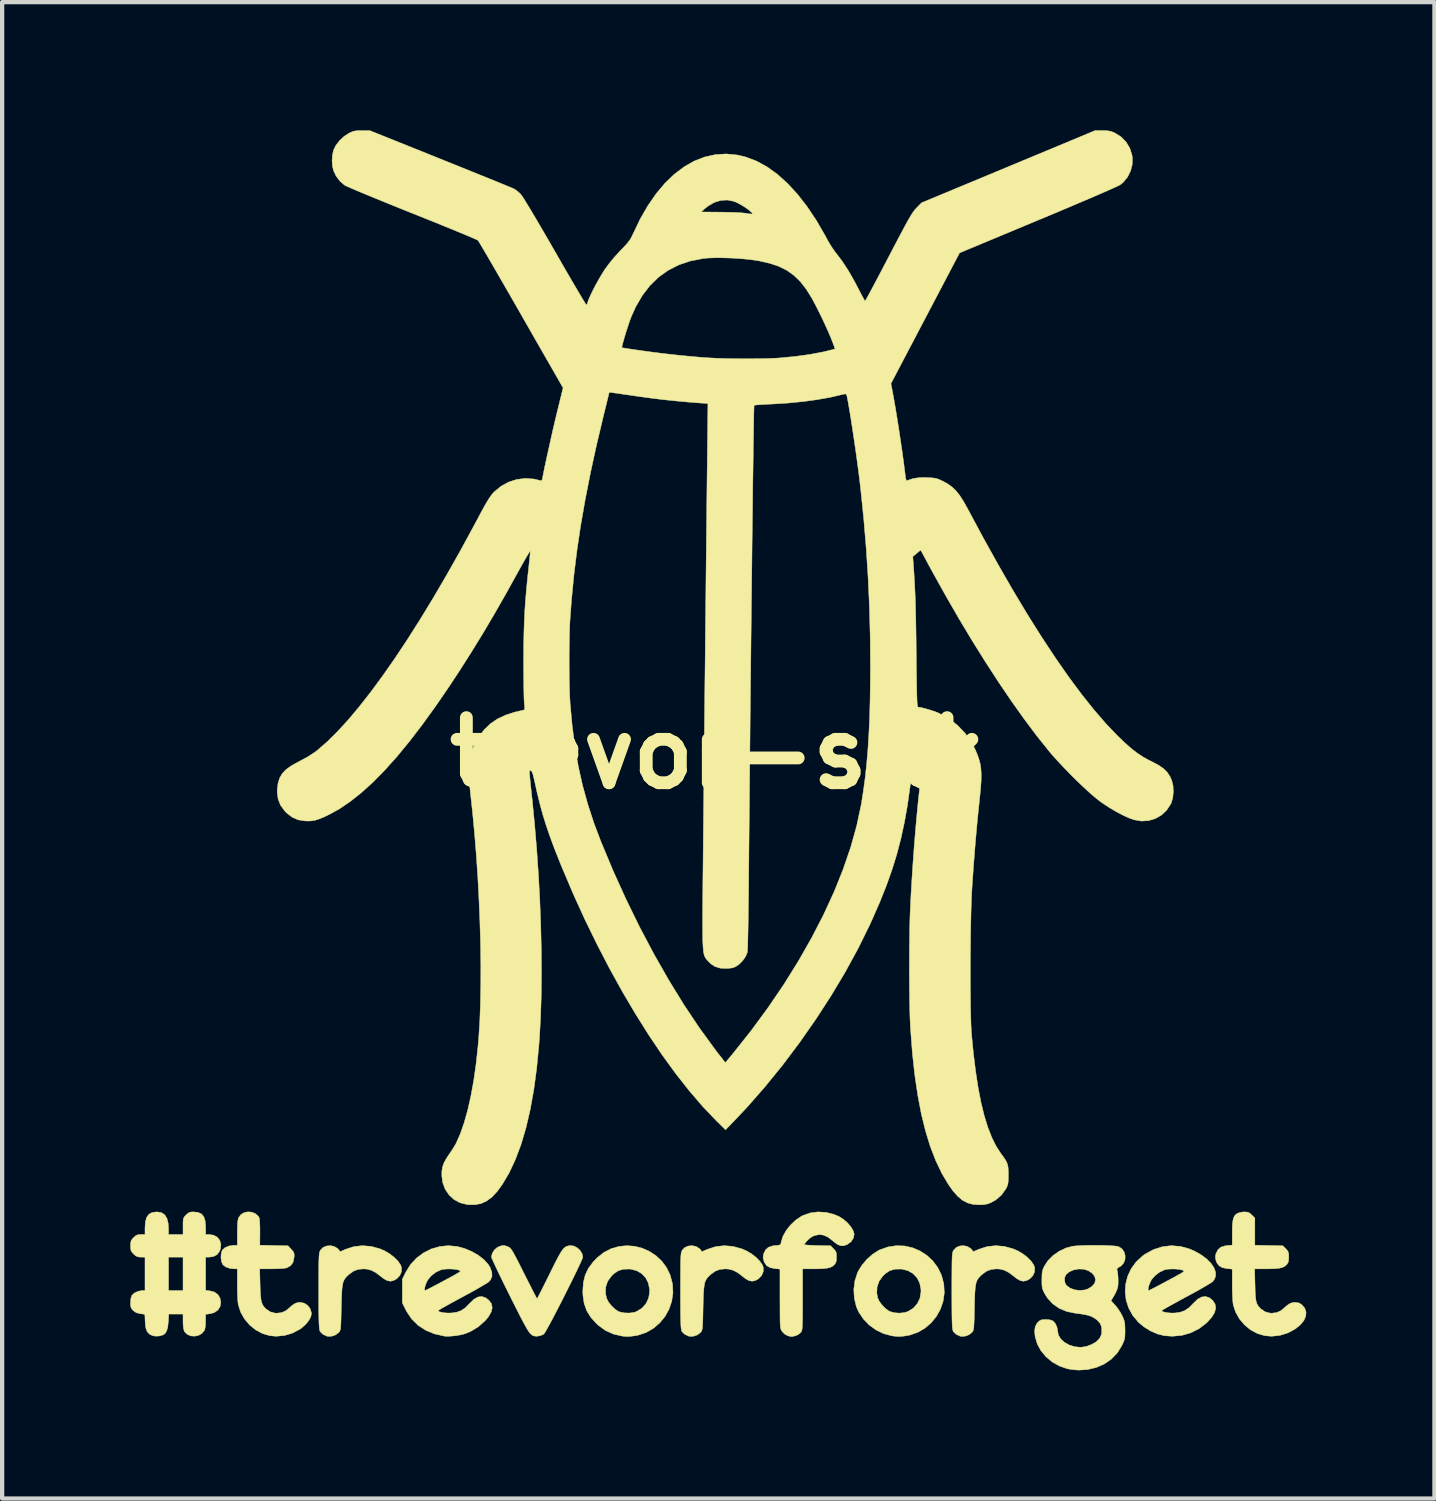
<source format=kicad_pcb>
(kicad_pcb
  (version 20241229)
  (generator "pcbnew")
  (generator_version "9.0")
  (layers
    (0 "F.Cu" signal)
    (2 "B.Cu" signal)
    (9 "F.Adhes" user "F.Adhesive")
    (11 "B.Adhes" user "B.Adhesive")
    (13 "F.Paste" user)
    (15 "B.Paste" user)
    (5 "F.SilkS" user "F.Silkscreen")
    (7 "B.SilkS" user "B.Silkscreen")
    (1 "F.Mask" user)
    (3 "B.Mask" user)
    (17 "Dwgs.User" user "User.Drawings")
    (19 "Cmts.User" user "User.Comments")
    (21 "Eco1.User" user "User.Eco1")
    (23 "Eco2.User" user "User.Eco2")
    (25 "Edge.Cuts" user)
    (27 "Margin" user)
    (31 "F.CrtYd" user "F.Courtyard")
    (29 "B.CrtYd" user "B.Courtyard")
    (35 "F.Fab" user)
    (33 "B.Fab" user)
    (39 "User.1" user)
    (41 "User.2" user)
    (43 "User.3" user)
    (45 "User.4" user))
  (footprint "trevor-silk"
    (layer "F.Cu")
    (at 13.742 14.578)
    (property "Reference" "trevor-silk" (at 0 0 0) (layer "F.SilkS") (effects (font (size 1.524 1.524) (thickness 0.3))))
    (attr through_hole)
    (fp_poly (pts (xy -1.941 11.536) (xy -1.764 11.581) (xy -1.596 11.655) (xy -1.442 11.756) (xy -1.306 11.883) (xy -1.194 12.034) (xy -1.11 12.208) (xy -1.058 12.403) (xy -1.054 12.425) (xy -1.044 12.626) (xy -1.072 12.822) (xy -1.135 13.008) (xy -1.229 13.178) (xy -1.352 13.328) (xy -1.498 13.454) (xy -1.666 13.552) (xy -1.852 13.615) (xy -1.937 13.631) (xy -2.028 13.643) (xy -2.095 13.648) (xy -2.155 13.646) (xy -2.224 13.639) (xy -2.233 13.638) (xy -2.437 13.591) (xy -2.623 13.507) (xy -2.793 13.384) (xy -2.83 13.35) (xy -2.965 13.201) (xy -3.062 13.044) (xy -3.123 12.872) (xy -3.151 12.678) (xy -3.152 12.63) (xy -2.623 12.63) (xy -2.599 12.748) (xy -2.56 12.83) (xy -2.495 12.916) (xy -2.417 12.994) (xy -2.336 13.052) (xy -2.297 13.071) (xy -2.184 13.095) (xy -2.06 13.099) (xy -1.945 13.081) (xy -1.893 13.062) (xy -1.768 12.984) (xy -1.675 12.879) (xy -1.614 12.751) (xy -1.59 12.605) (xy -1.591 12.544) (xy -1.62 12.398) (xy -1.682 12.274) (xy -1.776 12.175) (xy -1.896 12.106) (xy -2.038 12.071) (xy -2.067 12.069) (xy -2.206 12.073) (xy -2.323 12.108) (xy -2.428 12.179) (xy -2.483 12.233) (xy -2.571 12.354) (xy -2.617 12.486) (xy -2.623 12.63) (xy -3.152 12.63) (xy -3.154 12.584) (xy -3.14 12.385) (xy -3.098 12.211) (xy -3.023 12.053) (xy -2.912 11.903) (xy -2.816 11.803) (xy -2.658 11.679) (xy -2.487 11.591) (xy -2.307 11.54) (xy -2.124 11.522) (xy -1.941 11.536)) (stroke (width 0.01) (type solid)) (fill yes) (layer "F.SilkS"))
    (fp_poly (pts (xy 4.376 11.529) (xy 4.563 11.571) (xy 4.739 11.646) (xy 4.899 11.75) (xy 5.039 11.881) (xy 5.155 12.037) (xy 5.241 12.216) (xy 5.293 12.415) (xy 5.295 12.428) (xy 5.306 12.628) (xy 5.278 12.823) (xy 5.215 13.008) (xy 5.121 13.178) (xy 4.998 13.328) (xy 4.852 13.454) (xy 4.684 13.551) (xy 4.498 13.615) (xy 4.413 13.631) (xy 4.321 13.643) (xy 4.254 13.648) (xy 4.193 13.646) (xy 4.122 13.638) (xy 4.075 13.631) (xy 3.887 13.581) (xy 3.71 13.496) (xy 3.549 13.38) (xy 3.412 13.238) (xy 3.304 13.077) (xy 3.248 12.952) (xy 3.2 12.754) (xy 3.193 12.634) (xy 3.726 12.634) (xy 3.747 12.745) (xy 3.783 12.822) (xy 3.845 12.906) (xy 3.921 12.985) (xy 4 13.045) (xy 4.031 13.062) (xy 4.136 13.092) (xy 4.259 13.101) (xy 4.379 13.087) (xy 4.457 13.062) (xy 4.582 12.984) (xy 4.675 12.879) (xy 4.736 12.751) (xy 4.76 12.605) (xy 4.759 12.544) (xy 4.73 12.398) (xy 4.668 12.274) (xy 4.574 12.175) (xy 4.454 12.106) (xy 4.312 12.071) (xy 4.283 12.069) (xy 4.144 12.073) (xy 4.027 12.108) (xy 3.922 12.179) (xy 3.867 12.233) (xy 3.78 12.354) (xy 3.733 12.489) (xy 3.726 12.634) (xy 3.193 12.634) (xy 3.188 12.549) (xy 3.213 12.347) (xy 3.274 12.157) (xy 3.293 12.116) (xy 3.381 11.975) (xy 3.497 11.839) (xy 3.63 11.721) (xy 3.769 11.632) (xy 3.792 11.621) (xy 3.986 11.552) (xy 4.183 11.522) (xy 4.376 11.529)) (stroke (width 0.01) (type solid)) (fill yes) (layer "F.SilkS"))
    (fp_poly (pts (xy -8.969 11.541) (xy -8.893 11.588) (xy -8.872 11.61) (xy -8.831 11.663) (xy -8.71 11.609) (xy -8.515 11.545) (xy -8.312 11.522) (xy -8.106 11.539) (xy -7.902 11.595) (xy -7.789 11.644) (xy -7.671 11.714) (xy -7.566 11.796) (xy -7.479 11.884) (xy -7.42 11.97) (xy -7.396 12.034) (xy -7.398 12.132) (xy -7.437 12.222) (xy -7.507 12.296) (xy -7.587 12.34) (xy -7.66 12.354) (xy -7.736 12.338) (xy -7.82 12.289) (xy -7.879 12.243) (xy -7.994 12.155) (xy -8.099 12.099) (xy -8.203 12.071) (xy -8.284 12.065) (xy -8.411 12.077) (xy -8.518 12.117) (xy -8.621 12.191) (xy -8.623 12.193) (xy -8.672 12.237) (xy -8.71 12.28) (xy -8.74 12.325) (xy -8.762 12.379) (xy -8.778 12.448) (xy -8.789 12.537) (xy -8.796 12.651) (xy -8.801 12.797) (xy -8.805 12.968) (xy -8.809 13.132) (xy -8.812 13.259) (xy -8.815 13.354) (xy -8.82 13.423) (xy -8.825 13.471) (xy -8.833 13.504) (xy -8.844 13.527) (xy -8.857 13.545) (xy -8.867 13.556) (xy -8.94 13.61) (xy -9.028 13.641) (xy -9.115 13.645) (xy -9.144 13.639) (xy -9.238 13.595) (xy -9.296 13.537) (xy -9.305 13.522) (xy -9.312 13.5) (xy -9.318 13.465) (xy -9.323 13.413) (xy -9.327 13.34) (xy -9.33 13.242) (xy -9.332 13.116) (xy -9.334 12.958) (xy -9.334 12.765) (xy -9.334 12.579) (xy -9.334 12.362) (xy -9.334 12.183) (xy -9.333 12.038) (xy -9.332 11.923) (xy -9.329 11.834) (xy -9.326 11.767) (xy -9.321 11.718) (xy -9.316 11.683) (xy -9.308 11.658) (xy -9.299 11.638) (xy -9.293 11.627) (xy -9.233 11.565) (xy -9.151 11.53) (xy -9.059 11.522) (xy -8.969 11.541)) (stroke (width 0.01) (type solid)) (fill yes) (layer "F.SilkS"))
    (fp_poly (pts (xy -0.503 11.541) (xy -0.427 11.588) (xy -0.406 11.61) (xy -0.365 11.663) (xy -0.243 11.609) (xy -0.048 11.545) (xy 0.154 11.522) (xy 0.36 11.539) (xy 0.564 11.595) (xy 0.678 11.644) (xy 0.796 11.714) (xy 0.901 11.796) (xy 0.987 11.884) (xy 1.047 11.97) (xy 1.071 12.034) (xy 1.069 12.132) (xy 1.03 12.222) (xy 0.959 12.296) (xy 0.88 12.34) (xy 0.806 12.354) (xy 0.731 12.338) (xy 0.646 12.289) (xy 0.588 12.243) (xy 0.473 12.155) (xy 0.368 12.099) (xy 0.264 12.071) (xy 0.183 12.065) (xy 0.056 12.077) (xy -0.051 12.117) (xy -0.155 12.191) (xy -0.156 12.193) (xy -0.205 12.237) (xy -0.244 12.28) (xy -0.273 12.325) (xy -0.296 12.379) (xy -0.311 12.448) (xy -0.322 12.537) (xy -0.33 12.651) (xy -0.335 12.797) (xy -0.339 12.968) (xy -0.342 13.132) (xy -0.345 13.259) (xy -0.349 13.354) (xy -0.353 13.423) (xy -0.359 13.471) (xy -0.367 13.504) (xy -0.377 13.527) (xy -0.391 13.545) (xy -0.401 13.556) (xy -0.473 13.61) (xy -0.562 13.641) (xy -0.648 13.645) (xy -0.677 13.639) (xy -0.771 13.595) (xy -0.829 13.537) (xy -0.838 13.522) (xy -0.845 13.5) (xy -0.852 13.465) (xy -0.857 13.413) (xy -0.861 13.34) (xy -0.864 13.242) (xy -0.866 13.116) (xy -0.867 12.958) (xy -0.868 12.765) (xy -0.868 12.579) (xy -0.868 12.362) (xy -0.867 12.183) (xy -0.866 12.038) (xy -0.865 11.923) (xy -0.863 11.834) (xy -0.859 11.767) (xy -0.855 11.718) (xy -0.849 11.683) (xy -0.842 11.658) (xy -0.833 11.638) (xy -0.826 11.627) (xy -0.766 11.565) (xy -0.684 11.53) (xy -0.592 11.522) (xy -0.503 11.541)) (stroke (width 0.01) (type solid)) (fill yes) (layer "F.SilkS"))
    (fp_poly (pts (xy 5.847 11.541) (xy 5.923 11.588) (xy 5.944 11.61) (xy 5.985 11.663) (xy 6.107 11.609) (xy 6.302 11.545) (xy 6.504 11.522) (xy 6.71 11.539) (xy 6.914 11.595) (xy 7.028 11.644) (xy 7.146 11.714) (xy 7.251 11.796) (xy 7.337 11.884) (xy 7.397 11.97) (xy 7.421 12.034) (xy 7.419 12.132) (xy 7.38 12.222) (xy 7.309 12.296) (xy 7.23 12.34) (xy 7.156 12.354) (xy 7.081 12.338) (xy 6.996 12.289) (xy 6.938 12.243) (xy 6.823 12.155) (xy 6.718 12.099) (xy 6.614 12.071) (xy 6.533 12.065) (xy 6.406 12.077) (xy 6.299 12.117) (xy 6.195 12.191) (xy 6.194 12.193) (xy 6.145 12.237) (xy 6.106 12.28) (xy 6.077 12.325) (xy 6.054 12.379) (xy 6.039 12.448) (xy 6.028 12.537) (xy 6.02 12.651) (xy 6.015 12.797) (xy 6.011 12.968) (xy 6.008 13.132) (xy 6.005 13.259) (xy 6.001 13.354) (xy 5.997 13.423) (xy 5.991 13.471) (xy 5.983 13.504) (xy 5.973 13.527) (xy 5.959 13.545) (xy 5.949 13.556) (xy 5.877 13.61) (xy 5.788 13.641) (xy 5.702 13.645) (xy 5.673 13.639) (xy 5.579 13.595) (xy 5.521 13.537) (xy 5.512 13.522) (xy 5.505 13.5) (xy 5.498 13.465) (xy 5.493 13.413) (xy 5.489 13.34) (xy 5.486 13.242) (xy 5.484 13.116) (xy 5.483 12.958) (xy 5.482 12.765) (xy 5.482 12.579) (xy 5.482 12.362) (xy 5.483 12.183) (xy 5.484 12.038) (xy 5.485 11.923) (xy 5.487 11.834) (xy 5.491 11.767) (xy 5.495 11.718) (xy 5.501 11.683) (xy 5.508 11.658) (xy 5.517 11.638) (xy 5.524 11.627) (xy 5.584 11.565) (xy 5.666 11.53) (xy 5.758 11.522) (xy 5.847 11.541)) (stroke (width 0.01) (type solid)) (fill yes) (layer "F.SilkS"))
    (fp_poly (pts (xy -4.907 11.545) (xy -4.897 11.55) (xy -4.874 11.562) (xy -4.852 11.581) (xy -4.828 11.61) (xy -4.799 11.653) (xy -4.763 11.715) (xy -4.718 11.8) (xy -4.66 11.911) (xy -4.588 12.054) (xy -4.528 12.174) (xy -4.455 12.319) (xy -4.388 12.451) (xy -4.33 12.566) (xy -4.282 12.659) (xy -4.247 12.724) (xy -4.228 12.759) (xy -4.224 12.764) (xy -4.213 12.745) (xy -4.186 12.694) (xy -4.144 12.613) (xy -4.092 12.509) (xy -4.029 12.384) (xy -3.96 12.245) (xy -3.931 12.186) (xy -3.845 12.012) (xy -3.775 11.873) (xy -3.717 11.764) (xy -3.67 11.682) (xy -3.629 11.621) (xy -3.593 11.58) (xy -3.559 11.552) (xy -3.523 11.535) (xy -3.483 11.525) (xy -3.461 11.521) (xy -3.376 11.527) (xy -3.292 11.566) (xy -3.221 11.628) (xy -3.171 11.707) (xy -3.154 11.787) (xy -3.163 11.818) (xy -3.19 11.883) (xy -3.232 11.975) (xy -3.286 12.09) (xy -3.351 12.224) (xy -3.424 12.372) (xy -3.502 12.529) (xy -3.583 12.691) (xy -3.665 12.853) (xy -3.746 13.01) (xy -3.823 13.158) (xy -3.893 13.291) (xy -3.955 13.406) (xy -4.006 13.497) (xy -4.044 13.561) (xy -4.066 13.591) (xy -4.068 13.593) (xy -4.143 13.627) (xy -4.227 13.642) (xy -4.285 13.637) (xy -4.314 13.628) (xy -4.341 13.614) (xy -4.368 13.593) (xy -4.398 13.559) (xy -4.432 13.512) (xy -4.472 13.446) (xy -4.521 13.359) (xy -4.58 13.248) (xy -4.651 13.11) (xy -4.737 12.94) (xy -4.839 12.737) (xy -4.859 12.697) (xy -4.948 12.518) (xy -5.031 12.35) (xy -5.106 12.196) (xy -5.17 12.061) (xy -5.223 11.949) (xy -5.262 11.863) (xy -5.286 11.808) (xy -5.292 11.788) (xy -5.273 11.703) (xy -5.224 11.623) (xy -5.153 11.563) (xy -5.141 11.556) (xy -5.058 11.523) (xy -4.986 11.519) (xy -4.907 11.545)) (stroke (width 0.01) (type solid)) (fill yes) (layer "F.SilkS"))
    (fp_poly (pts (xy 12.399 10.737) (xy 12.45 10.758) (xy 12.501 10.803) (xy 12.573 10.875) (xy 12.573 11.511) (xy 12.901 11.518) (xy 13.228 11.525) (xy 13.298 11.594) (xy 13.337 11.639) (xy 13.358 11.68) (xy 13.366 11.736) (xy 13.367 11.789) (xy 13.363 11.867) (xy 13.35 11.919) (xy 13.323 11.96) (xy 13.315 11.968) (xy 13.273 12.005) (xy 13.22 12.031) (xy 13.149 12.049) (xy 13.053 12.059) (xy 12.927 12.064) (xy 12.841 12.065) (xy 12.568 12.065) (xy 12.577 12.441) (xy 12.581 12.59) (xy 12.587 12.705) (xy 12.597 12.791) (xy 12.612 12.855) (xy 12.634 12.906) (xy 12.664 12.949) (xy 12.705 12.992) (xy 12.714 13) (xy 12.812 13.069) (xy 12.924 13.1) (xy 12.975 13.102) (xy 13.085 13.088) (xy 13.181 13.044) (xy 13.25 12.988) (xy 13.332 12.917) (xy 13.398 12.874) (xy 13.461 12.853) (xy 13.518 12.848) (xy 13.604 12.862) (xy 13.669 12.901) (xy 13.74 12.983) (xy 13.771 13.075) (xy 13.764 13.173) (xy 13.72 13.274) (xy 13.638 13.373) (xy 13.524 13.467) (xy 13.351 13.562) (xy 13.163 13.621) (xy 12.969 13.642) (xy 12.806 13.629) (xy 12.635 13.579) (xy 12.475 13.494) (xy 12.332 13.377) (xy 12.213 13.237) (xy 12.123 13.077) (xy 12.067 12.905) (xy 12.065 12.893) (xy 12.058 12.832) (xy 12.052 12.74) (xy 12.047 12.625) (xy 12.044 12.499) (xy 12.044 12.425) (xy 12.044 12.071) (xy 11.923 12.058) (xy 11.813 12.036) (xy 11.735 11.991) (xy 11.683 11.921) (xy 11.666 11.878) (xy 11.649 11.81) (xy 11.652 11.751) (xy 11.666 11.702) (xy 11.711 11.614) (xy 11.78 11.556) (xy 11.879 11.525) (xy 11.927 11.519) (xy 12.044 11.509) (xy 12.044 11.226) (xy 12.046 11.079) (xy 12.054 10.968) (xy 12.07 10.887) (xy 12.095 10.829) (xy 12.131 10.789) (xy 12.168 10.765) (xy 12.23 10.744) (xy 12.307 10.732) (xy 12.331 10.732) (xy 12.399 10.737)) (stroke (width 0.01) (type solid)) (fill yes) (layer "F.SilkS"))
    (fp_poly (pts (xy -10.905 10.737) (xy -10.82 10.77) (xy -10.752 10.829) (xy -10.73 10.862) (xy -10.72 10.901) (xy -10.714 10.976) (xy -10.71 11.079) (xy -10.709 11.205) (xy -10.709 11.208) (xy -10.711 11.511) (xy -10.051 11.525) (xy -9.976 11.607) (xy -9.932 11.658) (xy -9.912 11.7) (xy -9.907 11.752) (xy -9.911 11.803) (xy -9.934 11.91) (xy -9.986 11.986) (xy -10.068 12.035) (xy -10.095 12.044) (xy -10.145 12.052) (xy -10.227 12.059) (xy -10.328 12.063) (xy -10.439 12.065) (xy -10.443 12.065) (xy -10.715 12.065) (xy -10.706 12.43) (xy -10.701 12.585) (xy -10.693 12.705) (xy -10.682 12.796) (xy -10.664 12.864) (xy -10.639 12.918) (xy -10.606 12.964) (xy -10.57 13) (xy -10.471 13.069) (xy -10.359 13.1) (xy -10.308 13.102) (xy -10.198 13.088) (xy -10.102 13.044) (xy -10.033 12.988) (xy -9.952 12.917) (xy -9.885 12.874) (xy -9.823 12.853) (xy -9.767 12.848) (xy -9.672 12.868) (xy -9.591 12.921) (xy -9.533 12.999) (xy -9.505 13.094) (xy -9.504 13.12) (xy -9.521 13.193) (xy -9.569 13.278) (xy -9.641 13.365) (xy -9.729 13.444) (xy -9.769 13.474) (xy -9.944 13.567) (xy -10.133 13.624) (xy -10.328 13.642) (xy -10.477 13.629) (xy -10.649 13.579) (xy -10.809 13.493) (xy -10.952 13.377) (xy -11.071 13.236) (xy -11.161 13.076) (xy -11.216 12.904) (xy -11.218 12.893) (xy -11.225 12.833) (xy -11.232 12.74) (xy -11.236 12.625) (xy -11.239 12.499) (xy -11.239 12.422) (xy -11.239 12.065) (xy -11.308 12.065) (xy -11.416 12.053) (xy -11.509 12.019) (xy -11.574 11.97) (xy -11.577 11.966) (xy -11.607 11.902) (xy -11.621 11.815) (xy -11.618 11.725) (xy -11.599 11.648) (xy -11.586 11.623) (xy -11.525 11.568) (xy -11.436 11.53) (xy -11.333 11.515) (xy -11.325 11.515) (xy -11.239 11.515) (xy -11.239 11.228) (xy -11.237 11.082) (xy -11.231 10.974) (xy -11.219 10.9) (xy -11.209 10.87) (xy -11.159 10.798) (xy -11.085 10.752) (xy -10.997 10.731) (xy -10.905 10.737)) (stroke (width 0.01) (type solid)) (fill yes) (layer "F.SilkS"))
    (fp_poly (pts (xy 10.83 11.539) (xy 11.042 11.597) (xy 11.165 11.651) (xy 11.321 11.74) (xy 11.45 11.837) (xy 11.549 11.938) (xy 11.618 12.041) (xy 11.654 12.141) (xy 11.655 12.236) (xy 11.619 12.322) (xy 11.584 12.363) (xy 11.551 12.388) (xy 11.485 12.428) (xy 11.393 12.483) (xy 11.279 12.549) (xy 11.148 12.622) (xy 11.005 12.699) (xy 10.959 12.724) (xy 10.818 12.8) (xy 10.69 12.871) (xy 10.579 12.932) (xy 10.49 12.982) (xy 10.427 13.019) (xy 10.396 13.039) (xy 10.393 13.042) (xy 10.412 13.063) (xy 10.464 13.08) (xy 10.538 13.093) (xy 10.624 13.099) (xy 10.697 13.098) (xy 10.827 13.08) (xy 10.934 13.041) (xy 11.031 12.975) (xy 11.13 12.875) (xy 11.135 12.87) (xy 11.234 12.775) (xy 11.33 12.723) (xy 11.423 12.712) (xy 11.513 12.743) (xy 11.585 12.802) (xy 11.642 12.888) (xy 11.657 12.982) (xy 11.632 13.085) (xy 11.565 13.196) (xy 11.459 13.314) (xy 11.444 13.329) (xy 11.27 13.463) (xy 11.077 13.56) (xy 10.868 13.621) (xy 10.647 13.642) (xy 10.456 13.629) (xy 10.295 13.589) (xy 10.13 13.517) (xy 9.973 13.419) (xy 9.847 13.313) (xy 9.715 13.155) (xy 9.62 12.981) (xy 9.561 12.798) (xy 9.538 12.609) (xy 9.541 12.56) (xy 10.076 12.56) (xy 10.086 12.573) (xy 10.109 12.563) (xy 10.163 12.537) (xy 10.243 12.496) (xy 10.343 12.443) (xy 10.458 12.382) (xy 10.501 12.359) (xy 10.62 12.295) (xy 10.725 12.238) (xy 10.812 12.189) (xy 10.875 12.152) (xy 10.908 12.132) (xy 10.911 12.129) (xy 10.906 12.108) (xy 10.866 12.09) (xy 10.803 12.077) (xy 10.723 12.069) (xy 10.637 12.067) (xy 10.553 12.071) (xy 10.48 12.082) (xy 10.454 12.09) (xy 10.34 12.144) (xy 10.237 12.223) (xy 10.158 12.314) (xy 10.149 12.329) (xy 10.118 12.392) (xy 10.093 12.458) (xy 10.078 12.518) (xy 10.076 12.56) (xy 9.541 12.56) (xy 9.55 12.421) (xy 9.597 12.237) (xy 9.678 12.063) (xy 9.793 11.905) (xy 9.942 11.766) (xy 10.005 11.72) (xy 10.202 11.613) (xy 10.407 11.547) (xy 10.617 11.522) (xy 10.83 11.539)) (stroke (width 0.01) (type solid)) (fill yes) (layer "F.SilkS"))
    (fp_poly (pts (xy -6.095 11.541) (xy -6.085 11.543) (xy -5.913 11.591) (xy -5.748 11.661) (xy -5.597 11.748) (xy -5.469 11.848) (xy -5.37 11.956) (xy -5.323 12.032) (xy -5.282 12.144) (xy -5.279 12.239) (xy -5.313 12.321) (xy -5.349 12.363) (xy -5.382 12.388) (xy -5.448 12.428) (xy -5.54 12.483) (xy -5.655 12.549) (xy -5.786 12.622) (xy -5.928 12.699) (xy -5.974 12.724) (xy -6.115 12.8) (xy -6.244 12.871) (xy -6.355 12.932) (xy -6.444 12.982) (xy -6.506 13.019) (xy -6.538 13.039) (xy -6.54 13.042) (xy -6.521 13.063) (xy -6.469 13.08) (xy -6.395 13.093) (xy -6.309 13.099) (xy -6.236 13.098) (xy -6.106 13.08) (xy -5.999 13.041) (xy -5.902 12.975) (xy -5.803 12.875) (xy -5.799 12.87) (xy -5.7 12.776) (xy -5.606 12.723) (xy -5.514 12.712) (xy -5.425 12.743) (xy -5.352 12.799) (xy -5.292 12.88) (xy -5.274 12.972) (xy -5.297 13.073) (xy -5.361 13.185) (xy -5.433 13.272) (xy -5.596 13.418) (xy -5.781 13.53) (xy -5.916 13.585) (xy -6.011 13.609) (xy -6.124 13.628) (xy -6.239 13.64) (xy -6.34 13.643) (xy -6.392 13.639) (xy -6.627 13.586) (xy -6.832 13.501) (xy -7.009 13.386) (xy -7.157 13.24) (xy -7.276 13.063) (xy -7.297 13.022) (xy -7.377 12.861) (xy -7.377 12.56) (xy -6.857 12.56) (xy -6.847 12.573) (xy -6.825 12.563) (xy -6.771 12.537) (xy -6.69 12.496) (xy -6.59 12.443) (xy -6.475 12.382) (xy -6.432 12.359) (xy -6.313 12.295) (xy -6.208 12.238) (xy -6.121 12.189) (xy -6.058 12.152) (xy -6.025 12.132) (xy -6.022 12.129) (xy -6.028 12.108) (xy -6.067 12.09) (xy -6.131 12.077) (xy -6.21 12.069) (xy -6.296 12.067) (xy -6.38 12.071) (xy -6.453 12.082) (xy -6.479 12.09) (xy -6.593 12.144) (xy -6.697 12.223) (xy -6.775 12.314) (xy -6.784 12.329) (xy -6.816 12.392) (xy -6.84 12.458) (xy -6.855 12.518) (xy -6.857 12.56) (xy -7.377 12.56) (xy -7.377 12.306) (xy -7.295 12.141) (xy -7.185 11.964) (xy -7.045 11.813) (xy -6.882 11.691) (xy -6.7 11.599) (xy -6.504 11.542) (xy -6.301 11.522) (xy -6.095 11.541)) (stroke (width 0.01) (type solid)) (fill yes) (layer "F.SilkS"))
    (fp_poly (pts (xy 2.536 10.743) (xy 2.722 10.789) (xy 2.844 10.841) (xy 2.943 10.904) (xy 3.035 10.983) (xy 3.112 11.072) (xy 3.168 11.16) (xy 3.195 11.241) (xy 3.196 11.261) (xy 3.176 11.351) (xy 3.121 11.432) (xy 3.038 11.493) (xy 3.036 11.494) (xy 2.955 11.523) (xy 2.882 11.524) (xy 2.807 11.494) (xy 2.722 11.43) (xy 2.704 11.415) (xy 2.589 11.326) (xy 2.484 11.276) (xy 2.382 11.262) (xy 2.277 11.283) (xy 2.231 11.301) (xy 2.177 11.334) (xy 2.121 11.381) (xy 2.071 11.433) (xy 2.038 11.478) (xy 2.032 11.499) (xy 2.052 11.503) (xy 2.107 11.508) (xy 2.189 11.513) (xy 2.291 11.517) (xy 2.339 11.518) (xy 2.645 11.525) (xy 2.714 11.594) (xy 2.754 11.639) (xy 2.775 11.68) (xy 2.782 11.736) (xy 2.783 11.789) (xy 2.78 11.867) (xy 2.767 11.919) (xy 2.74 11.96) (xy 2.732 11.968) (xy 2.689 12.005) (xy 2.636 12.031) (xy 2.564 12.049) (xy 2.469 12.06) (xy 2.341 12.064) (xy 2.26 12.065) (xy 1.99 12.065) (xy 1.99 12.782) (xy 1.99 12.975) (xy 1.989 13.131) (xy 1.988 13.253) (xy 1.986 13.347) (xy 1.983 13.416) (xy 1.979 13.466) (xy 1.973 13.501) (xy 1.965 13.525) (xy 1.955 13.543) (xy 1.946 13.554) (xy 1.896 13.597) (xy 1.831 13.629) (xy 1.825 13.63) (xy 1.762 13.646) (xy 1.719 13.649) (xy 1.671 13.638) (xy 1.631 13.625) (xy 1.565 13.587) (xy 1.51 13.53) (xy 1.509 13.528) (xy 1.496 13.507) (xy 1.485 13.486) (xy 1.477 13.459) (xy 1.471 13.422) (xy 1.466 13.37) (xy 1.463 13.299) (xy 1.462 13.203) (xy 1.461 13.078) (xy 1.461 12.92) (xy 1.46 12.763) (xy 1.46 12.071) (xy 1.34 12.058) (xy 1.23 12.036) (xy 1.151 11.991) (xy 1.1 11.921) (xy 1.083 11.878) (xy 1.066 11.81) (xy 1.069 11.751) (xy 1.083 11.702) (xy 1.126 11.616) (xy 1.192 11.559) (xy 1.288 11.527) (xy 1.352 11.519) (xy 1.422 11.513) (xy 1.46 11.503) (xy 1.478 11.483) (xy 1.487 11.446) (xy 1.488 11.44) (xy 1.528 11.308) (xy 1.602 11.172) (xy 1.703 11.043) (xy 1.824 10.928) (xy 1.957 10.837) (xy 1.994 10.817) (xy 2.164 10.757) (xy 2.347 10.732) (xy 2.536 10.743)) (stroke (width 0.01) (type solid)) (fill yes) (layer "F.SilkS"))
    (fp_poly (pts (xy -12.159 10.743) (xy -12.078 10.779) (xy -12.024 10.843) (xy -11.992 10.939) (xy -11.98 11.07) (xy -11.98 11.09) (xy -11.98 11.261) (xy -11.895 11.261) (xy -11.788 11.278) (xy -11.704 11.327) (xy -11.648 11.401) (xy -11.623 11.492) (xy -11.633 11.595) (xy -11.655 11.655) (xy -11.713 11.732) (xy -11.799 11.777) (xy -11.895 11.79) (xy -11.98 11.79) (xy -11.98 12.567) (xy -11.883 12.579) (xy -11.773 12.608) (xy -11.692 12.668) (xy -11.644 12.749) (xy -11.624 12.853) (xy -11.642 12.949) (xy -11.694 13.029) (xy -11.776 13.087) (xy -11.872 13.114) (xy -11.98 13.129) (xy -11.981 13.29) (xy -11.984 13.376) (xy -11.993 13.451) (xy -12.006 13.5) (xy -12.007 13.502) (xy -12.064 13.574) (xy -12.143 13.62) (xy -12.233 13.64) (xy -12.324 13.634) (xy -12.406 13.601) (xy -12.468 13.541) (xy -12.48 13.522) (xy -12.497 13.463) (xy -12.507 13.372) (xy -12.509 13.294) (xy -12.509 13.123) (xy -12.842 13.123) (xy -12.853 13.303) (xy -12.867 13.427) (xy -12.891 13.515) (xy -12.927 13.575) (xy -12.97 13.608) (xy -13.057 13.635) (xy -13.155 13.64) (xy -13.227 13.626) (xy -13.299 13.589) (xy -13.348 13.534) (xy -13.378 13.455) (xy -13.393 13.344) (xy -13.395 13.304) (xy -13.403 13.128) (xy -13.509 13.114) (xy -13.599 13.092) (xy -13.667 13.048) (xy -13.676 13.039) (xy -13.712 12.998) (xy -13.73 12.955) (xy -13.737 12.894) (xy -13.737 12.855) (xy -13.729 12.754) (xy -13.705 12.686) (xy -13.703 12.681) (xy -13.645 12.629) (xy -13.563 12.591) (xy -13.474 12.573) (xy -13.463 12.573) (xy -13.399 12.573) (xy -13.399 11.79) (xy -12.848 11.79) (xy -12.848 12.573) (xy -12.509 12.573) (xy -12.509 11.79) (xy -12.848 11.79) (xy -13.399 11.79) (xy -13.496 11.79) (xy -13.564 11.784) (xy -13.614 11.762) (xy -13.665 11.718) (xy -13.707 11.671) (xy -13.729 11.629) (xy -13.736 11.572) (xy -13.737 11.525) (xy -13.734 11.452) (xy -13.722 11.403) (xy -13.693 11.361) (xy -13.665 11.333) (xy -13.612 11.286) (xy -13.561 11.265) (xy -13.496 11.261) (xy -13.399 11.261) (xy -13.399 11.101) (xy -13.389 10.962) (xy -13.36 10.859) (xy -13.308 10.788) (xy -13.232 10.746) (xy -13.128 10.732) (xy -13.115 10.732) (xy -13.015 10.748) (xy -12.939 10.798) (xy -12.886 10.882) (xy -12.856 11.002) (xy -12.848 11.128) (xy -12.848 11.261) (xy -12.509 11.261) (xy -12.509 11.068) (xy -12.509 10.977) (xy -12.505 10.916) (xy -12.495 10.876) (xy -12.476 10.844) (xy -12.444 10.81) (xy -12.438 10.803) (xy -12.384 10.757) (xy -12.333 10.736) (xy -12.267 10.732) (xy -12.159 10.743)) (stroke (width 0.01) (type solid)) (fill yes) (layer "F.SilkS"))
    (fp_poly (pts (xy 8.894 11.514) (xy 9.031 11.516) (xy 9.156 11.521) (xy 9.263 11.527) (xy 9.342 11.535) (xy 9.386 11.545) (xy 9.464 11.597) (xy 9.515 11.672) (xy 9.538 11.759) (xy 9.534 11.849) (xy 9.501 11.932) (xy 9.44 11.998) (xy 9.405 12.018) (xy 9.356 12.049) (xy 9.345 12.078) (xy 9.348 12.085) (xy 9.36 12.135) (xy 9.369 12.213) (xy 9.374 12.304) (xy 9.374 12.394) (xy 9.369 12.469) (xy 9.368 12.475) (xy 9.349 12.544) (xy 9.314 12.627) (xy 9.28 12.69) (xy 9.207 12.812) (xy 9.304 12.915) (xy 9.365 12.991) (xy 9.426 13.084) (xy 9.468 13.161) (xy 9.5 13.234) (xy 9.52 13.295) (xy 9.53 13.359) (xy 9.534 13.441) (xy 9.535 13.506) (xy 9.534 13.604) (xy 9.529 13.674) (xy 9.515 13.733) (xy 9.491 13.795) (xy 9.456 13.869) (xy 9.35 14.037) (xy 9.213 14.178) (xy 9.05 14.291) (xy 8.864 14.372) (xy 8.659 14.421) (xy 8.458 14.434) (xy 8.359 14.428) (xy 8.254 14.415) (xy 8.184 14.402) (xy 7.999 14.338) (xy 7.831 14.244) (xy 7.686 14.122) (xy 7.567 13.98) (xy 7.481 13.821) (xy 7.431 13.65) (xy 7.43 13.644) (xy 7.419 13.516) (xy 7.434 13.416) (xy 7.476 13.336) (xy 7.498 13.312) (xy 7.54 13.276) (xy 7.584 13.257) (xy 7.645 13.251) (xy 7.68 13.25) (xy 7.778 13.258) (xy 7.846 13.282) (xy 7.85 13.285) (xy 7.903 13.343) (xy 7.942 13.427) (xy 7.959 13.52) (xy 7.959 13.53) (xy 7.979 13.622) (xy 8.035 13.71) (xy 8.122 13.787) (xy 8.232 13.848) (xy 8.355 13.886) (xy 8.498 13.901) (xy 8.634 13.88) (xy 8.753 13.835) (xy 8.864 13.77) (xy 8.938 13.696) (xy 8.98 13.608) (xy 8.991 13.54) (xy 8.988 13.43) (xy 8.954 13.342) (xy 8.886 13.266) (xy 8.839 13.231) (xy 8.779 13.194) (xy 8.713 13.165) (xy 8.633 13.143) (xy 8.531 13.124) (xy 8.396 13.106) (xy 8.371 13.103) (xy 8.17 13.062) (xy 7.992 12.988) (xy 7.841 12.881) (xy 7.718 12.745) (xy 7.661 12.654) (xy 7.626 12.588) (xy 7.605 12.534) (xy 7.594 12.479) (xy 7.589 12.408) (xy 7.589 12.319) (xy 8.118 12.319) (xy 8.133 12.401) (xy 8.16 12.447) (xy 8.245 12.513) (xy 8.353 12.554) (xy 8.473 12.57) (xy 8.594 12.558) (xy 8.669 12.533) (xy 8.766 12.472) (xy 8.825 12.4) (xy 8.844 12.321) (xy 8.825 12.242) (xy 8.767 12.167) (xy 8.677 12.107) (xy 8.571 12.073) (xy 8.453 12.068) (xy 8.334 12.089) (xy 8.23 12.134) (xy 8.16 12.191) (xy 8.126 12.257) (xy 8.118 12.319) (xy 7.589 12.319) (xy 7.591 12.216) (xy 7.597 12.141) (xy 7.612 12.081) (xy 7.636 12.023) (xy 7.641 12.012) (xy 7.73 11.874) (xy 7.852 11.751) (xy 7.999 11.649) (xy 8.161 11.574) (xy 8.31 11.535) (xy 8.388 11.527) (xy 8.492 11.52) (xy 8.617 11.516) (xy 8.753 11.514) (xy 8.894 11.514)) (stroke (width 0.01) (type solid)) (fill yes) (layer "F.SilkS"))
    (fp_poly (pts (xy 9.006 -14.573) (xy 9.106 -14.57) (xy 9.182 -14.559) (xy 9.253 -14.536) (xy 9.295 -14.517) (xy 9.442 -14.426) (xy 9.56 -14.305) (xy 9.647 -14.161) (xy 9.698 -13.997) (xy 9.707 -13.935) (xy 9.704 -13.78) (xy 9.664 -13.626) (xy 9.593 -13.484) (xy 9.495 -13.364) (xy 9.429 -13.308) (xy 9.394 -13.289) (xy 9.322 -13.255) (xy 9.217 -13.207) (xy 9.079 -13.146) (xy 8.911 -13.073) (xy 8.717 -12.989) (xy 8.497 -12.896) (xy 8.256 -12.793) (xy 7.995 -12.683) (xy 7.716 -12.566) (xy 7.497 -12.475) (xy 5.663 -11.71) (xy 4.86 -10.181) (xy 4.057 -8.652) (xy 4.082 -8.523) (xy 4.12 -8.317) (xy 4.162 -8.079) (xy 4.204 -7.82) (xy 4.247 -7.548) (xy 4.288 -7.275) (xy 4.327 -7.009) (xy 4.36 -6.761) (xy 4.388 -6.542) (xy 4.394 -6.492) (xy 4.406 -6.418) (xy 4.422 -6.382) (xy 4.432 -6.38) (xy 4.558 -6.424) (xy 4.691 -6.448) (xy 4.845 -6.454) (xy 4.899 -6.452) (xy 5.003 -6.447) (xy 5.078 -6.439) (xy 5.141 -6.424) (xy 5.205 -6.399) (xy 5.277 -6.365) (xy 5.393 -6.3) (xy 5.493 -6.227) (xy 5.584 -6.138) (xy 5.671 -6.028) (xy 5.759 -5.889) (xy 5.852 -5.723) (xy 6.216 -5.044) (xy 6.572 -4.404) (xy 6.919 -3.802) (xy 7.257 -3.239) (xy 7.587 -2.715) (xy 7.907 -2.231) (xy 8.217 -1.786) (xy 8.518 -1.381) (xy 8.809 -1.016) (xy 9.09 -0.691) (xy 9.361 -0.407) (xy 9.38 -0.389) (xy 9.541 -0.236) (xy 9.684 -0.11) (xy 9.817 -0.007) (xy 9.949 0.081) (xy 10.087 0.158) (xy 10.17 0.199) (xy 10.32 0.278) (xy 10.434 0.357) (xy 10.521 0.442) (xy 10.586 0.54) (xy 10.627 0.632) (xy 10.658 0.757) (xy 10.666 0.897) (xy 10.653 1.036) (xy 10.618 1.159) (xy 10.606 1.185) (xy 10.51 1.331) (xy 10.388 1.446) (xy 10.245 1.528) (xy 10.086 1.576) (xy 9.918 1.586) (xy 9.746 1.556) (xy 9.626 1.513) (xy 9.484 1.448) (xy 9.328 1.365) (xy 9.168 1.271) (xy 9.014 1.169) (xy 8.942 1.118) (xy 8.83 1.029) (xy 8.698 0.915) (xy 8.551 0.779) (xy 8.395 0.63) (xy 8.236 0.471) (xy 8.081 0.31) (xy 7.934 0.153) (xy 7.803 0.005) (xy 7.746 -0.064) (xy 7.467 -0.413) (xy 7.177 -0.8) (xy 6.878 -1.22) (xy 6.573 -1.67) (xy 6.264 -2.146) (xy 5.952 -2.645) (xy 5.641 -3.164) (xy 5.333 -3.699) (xy 5.028 -4.247) (xy 4.931 -4.426) (xy 4.753 -4.757) (xy 4.661 -4.68) (xy 4.569 -4.604) (xy 4.582 -4.424) (xy 4.594 -4.252) (xy 4.604 -4.087) (xy 4.613 -3.924) (xy 4.621 -3.757) (xy 4.628 -3.581) (xy 4.633 -3.391) (xy 4.638 -3.181) (xy 4.642 -2.945) (xy 4.646 -2.679) (xy 4.649 -2.377) (xy 4.65 -2.323) (xy 4.652 -2.062) (xy 4.655 -1.839) (xy 4.658 -1.653) (xy 4.66 -1.5) (xy 4.663 -1.376) (xy 4.666 -1.279) (xy 4.669 -1.206) (xy 4.673 -1.152) (xy 4.678 -1.116) (xy 4.683 -1.094) (xy 4.689 -1.083) (xy 4.697 -1.08) (xy 4.698 -1.079) (xy 4.75 -1.073) (xy 4.83 -1.054) (xy 4.925 -1.028) (xy 5.025 -0.997) (xy 5.116 -0.965) (xy 5.172 -0.942) (xy 5.406 -0.816) (xy 5.614 -0.657) (xy 5.795 -0.466) (xy 5.946 -0.246) (xy 6.021 -0.104) (xy 6.074 0.017) (xy 6.115 0.131) (xy 6.145 0.243) (xy 6.163 0.361) (xy 6.17 0.492) (xy 6.168 0.642) (xy 6.156 0.819) (xy 6.135 1.029) (xy 6.13 1.079) (xy 6.081 1.554) (xy 6.034 2.07) (xy 5.99 2.626) (xy 5.955 3.133) (xy 5.946 3.287) (xy 5.939 3.473) (xy 5.932 3.686) (xy 5.927 3.921) (xy 5.922 4.173) (xy 5.919 4.437) (xy 5.916 4.708) (xy 5.915 4.98) (xy 5.915 5.248) (xy 5.916 5.508) (xy 5.918 5.754) (xy 5.921 5.982) (xy 5.926 6.186) (xy 5.931 6.361) (xy 5.938 6.502) (xy 5.943 6.572) (xy 5.988 7.032) (xy 6.04 7.451) (xy 6.099 7.832) (xy 6.165 8.174) (xy 6.24 8.479) (xy 6.323 8.749) (xy 6.415 8.985) (xy 6.515 9.188) (xy 6.625 9.359) (xy 6.632 9.368) (xy 6.703 9.465) (xy 6.751 9.541) (xy 6.781 9.609) (xy 6.797 9.68) (xy 6.804 9.766) (xy 6.805 9.864) (xy 6.804 9.966) (xy 6.8 10.038) (xy 6.79 10.092) (xy 6.773 10.14) (xy 6.746 10.193) (xy 6.743 10.198) (xy 6.641 10.34) (xy 6.508 10.453) (xy 6.4 10.513) (xy 6.324 10.543) (xy 6.248 10.559) (xy 6.154 10.565) (xy 6.117 10.566) (xy 5.974 10.555) (xy 5.848 10.521) (xy 5.732 10.459) (xy 5.621 10.367) (xy 5.51 10.241) (xy 5.407 10.097) (xy 5.249 9.832) (xy 5.107 9.535) (xy 4.979 9.205) (xy 4.867 8.84) (xy 4.768 8.439) (xy 4.685 8.003) (xy 4.615 7.529) (xy 4.559 7.017) (xy 4.517 6.466) (xy 4.509 6.329) (xy 4.503 6.187) (xy 4.498 6.009) (xy 4.494 5.802) (xy 4.491 5.572) (xy 4.489 5.326) (xy 4.488 5.071) (xy 4.489 4.812) (xy 4.49 4.558) (xy 4.493 4.313) (xy 4.496 4.085) (xy 4.501 3.881) (xy 4.507 3.706) (xy 4.509 3.672) (xy 4.526 3.318) (xy 4.548 2.946) (xy 4.573 2.565) (xy 4.601 2.184) (xy 4.631 1.81) (xy 4.663 1.454) (xy 4.695 1.122) (xy 4.728 0.824) (xy 4.729 0.815) (xy 4.742 0.68) (xy 4.744 0.58) (xy 4.735 0.506) (xy 4.711 0.452) (xy 4.672 0.409) (xy 4.632 0.382) (xy 4.562 0.339) (xy 4.505 0.778) (xy 4.445 1.207) (xy 4.374 1.607) (xy 4.292 1.988) (xy 4.196 2.357) (xy 4.083 2.723) (xy 3.951 3.094) (xy 3.798 3.478) (xy 3.62 3.884) (xy 3.554 4.029) (xy 3.287 4.571) (xy 2.985 5.123) (xy 2.653 5.678) (xy 2.295 6.23) (xy 1.916 6.772) (xy 1.52 7.299) (xy 1.11 7.803) (xy 0.693 8.279) (xy 0.439 8.549) (xy 0.186 8.811) (xy -0.036 8.591) (xy -0.347 8.265) (xy -0.661 7.899) (xy -0.978 7.497) (xy -1.295 7.061) (xy -1.61 6.593) (xy -1.922 6.096) (xy -2.23 5.574) (xy -2.532 5.028) (xy -2.825 4.462) (xy -3.11 3.878) (xy -3.383 3.278) (xy -3.643 2.665) (xy -3.692 2.545) (xy -3.814 2.238) (xy -3.918 1.958) (xy -4.008 1.696) (xy -4.087 1.444) (xy -4.156 1.191) (xy -4.221 0.928) (xy -4.264 0.735) (xy -4.292 0.609) (xy -4.314 0.518) (xy -4.332 0.458) (xy -4.349 0.423) (xy -4.365 0.407) (xy -4.371 0.405) (xy -4.382 0.403) (xy -4.391 0.403) (xy -4.398 0.41) (xy -4.401 0.429) (xy -4.401 0.463) (xy -4.397 0.517) (xy -4.39 0.595) (xy -4.379 0.701) (xy -4.365 0.84) (xy -4.346 1.016) (xy -4.341 1.058) (xy -4.283 1.647) (xy -4.233 2.242) (xy -4.192 2.839) (xy -4.16 3.433) (xy -4.138 4.019) (xy -4.125 4.591) (xy -4.121 5.145) (xy -4.126 5.675) (xy -4.142 6.176) (xy -4.167 6.644) (xy -4.181 6.831) (xy -4.233 7.373) (xy -4.301 7.877) (xy -4.385 8.341) (xy -4.484 8.767) (xy -4.599 9.154) (xy -4.73 9.504) (xy -4.876 9.816) (xy -5.031 10.079) (xy -5.155 10.251) (xy -5.278 10.383) (xy -5.404 10.477) (xy -5.536 10.537) (xy -5.68 10.565) (xy -5.838 10.562) (xy -5.868 10.558) (xy -6.027 10.518) (xy -6.167 10.442) (xy -6.283 10.336) (xy -6.373 10.204) (xy -6.431 10.05) (xy -6.452 9.901) (xy -6.452 9.784) (xy -6.437 9.683) (xy -6.403 9.586) (xy -6.346 9.481) (xy -6.28 9.382) (xy -6.223 9.298) (xy -6.17 9.215) (xy -6.13 9.148) (xy -6.12 9.13) (xy -6.021 8.907) (xy -5.93 8.644) (xy -5.846 8.346) (xy -5.772 8.016) (xy -5.706 7.655) (xy -5.651 7.267) (xy -5.606 6.855) (xy -5.588 6.636) (xy -5.564 6.259) (xy -5.549 5.846) (xy -5.541 5.402) (xy -5.54 4.933) (xy -5.547 4.444) (xy -5.562 3.94) (xy -5.583 3.427) (xy -5.61 2.91) (xy -5.645 2.395) (xy -5.686 1.886) (xy -5.733 1.39) (xy -5.781 0.953) (xy -5.807 0.689) (xy -5.816 0.459) (xy -5.809 0.258) (xy -5.784 0.079) (xy -5.741 -0.082) (xy -5.679 -0.232) (xy -5.596 -0.375) (xy -5.586 -0.39) (xy -5.459 -0.555) (xy -5.315 -0.693) (xy -5.15 -0.805) (xy -4.957 -0.896) (xy -4.734 -0.967) (xy -4.555 -1.008) (xy -4.531 -1.014) (xy -4.518 -1.029) (xy -4.514 -1.061) (xy -4.517 -1.119) (xy -4.524 -1.181) (xy -4.527 -1.238) (xy -4.531 -1.333) (xy -4.533 -1.458) (xy -4.536 -1.608) (xy -4.537 -1.778) (xy -4.539 -1.962) (xy -4.539 -2.154) (xy -3.473 -2.154) (xy -3.472 -1.925) (xy -3.47 -1.706) (xy -3.465 -1.505) (xy -3.459 -1.328) (xy -3.451 -1.185) (xy -3.451 -1.175) (xy -3.403 -0.652) (xy -3.34 -0.162) (xy -3.259 0.305) (xy -3.159 0.754) (xy -3.037 1.194) (xy -2.893 1.634) (xy -2.735 2.053) (xy -2.448 2.741) (xy -2.143 3.414) (xy -1.823 4.068) (xy -1.489 4.7) (xy -1.144 5.305) (xy -0.79 5.881) (xy -0.429 6.422) (xy -0.062 6.926) (xy 0.019 7.033) (xy 0.081 7.111) (xy 0.132 7.176) (xy 0.167 7.221) (xy 0.182 7.239) (xy 0.182 7.239) (xy 0.196 7.224) (xy 0.231 7.181) (xy 0.284 7.119) (xy 0.348 7.041) (xy 0.368 7.017) (xy 0.79 6.485) (xy 1.185 5.947) (xy 1.553 5.406) (xy 1.892 4.862) (xy 2.201 4.319) (xy 2.479 3.78) (xy 2.725 3.246) (xy 2.937 2.719) (xy 3.114 2.203) (xy 3.255 1.699) (xy 3.359 1.211) (xy 3.366 1.174) (xy 3.414 0.868) (xy 3.456 0.557) (xy 3.49 0.235) (xy 3.519 -0.102) (xy 3.541 -0.458) (xy 3.558 -0.838) (xy 3.569 -1.248) (xy 3.575 -1.692) (xy 3.577 -2.043) (xy 3.571 -2.758) (xy 3.553 -3.447) (xy 3.522 -4.124) (xy 3.478 -4.801) (xy 3.42 -5.491) (xy 3.346 -6.207) (xy 3.343 -6.234) (xy 3.324 -6.393) (xy 3.302 -6.572) (xy 3.276 -6.765) (xy 3.249 -6.967) (xy 3.219 -7.173) (xy 3.189 -7.379) (xy 3.159 -7.58) (xy 3.13 -7.769) (xy 3.102 -7.943) (xy 3.076 -8.097) (xy 3.054 -8.225) (xy 3.035 -8.322) (xy 3.02 -8.385) (xy 3.017 -8.396) (xy 3 -8.408) (xy 2.959 -8.406) (xy 2.896 -8.391) (xy 2.63 -8.329) (xy 2.331 -8.276) (xy 2.004 -8.231) (xy 1.658 -8.197) (xy 1.3 -8.174) (xy 1.271 -8.173) (xy 1.144 -8.167) (xy 1.033 -8.16) (xy 0.943 -8.154) (xy 0.882 -8.148) (xy 0.855 -8.144) (xy 0.855 -8.143) (xy 0.854 -8.121) (xy 0.852 -8.059) (xy 0.849 -7.958) (xy 0.847 -7.82) (xy 0.844 -7.648) (xy 0.841 -7.443) (xy 0.837 -7.208) (xy 0.834 -6.943) (xy 0.83 -6.652) (xy 0.825 -6.336) (xy 0.821 -5.997) (xy 0.817 -5.637) (xy 0.812 -5.257) (xy 0.807 -4.861) (xy 0.803 -4.449) (xy 0.798 -4.024) (xy 0.793 -3.587) (xy 0.788 -3.141) (xy 0.783 -2.688) (xy 0.778 -2.229) (xy 0.773 -1.766) (xy 0.768 -1.302) (xy 0.763 -0.837) (xy 0.759 -0.375) (xy 0.754 0.083) (xy 0.75 0.535) (xy 0.746 0.979) (xy 0.742 1.413) (xy 0.738 1.836) (xy 0.734 2.244) (xy 0.731 2.637) (xy 0.728 2.953) (xy 0.726 3.214) (xy 0.723 3.463) (xy 0.72 3.699) (xy 0.717 3.917) (xy 0.714 4.113) (xy 0.71 4.285) (xy 0.707 4.429) (xy 0.704 4.541) (xy 0.7 4.618) (xy 0.697 4.657) (xy 0.696 4.659) (xy 0.656 4.756) (xy 0.586 4.855) (xy 0.5 4.941) (xy 0.462 4.968) (xy 0.405 5.001) (xy 0.347 5.021) (xy 0.271 5.031) (xy 0.212 5.034) (xy 0.064 5.028) (xy -0.059 4.991) (xy -0.164 4.922) (xy -0.223 4.861) (xy -0.245 4.836) (xy -0.264 4.814) (xy -0.281 4.79) (xy -0.296 4.764) (xy -0.309 4.733) (xy -0.32 4.694) (xy -0.329 4.644) (xy -0.336 4.581) (xy -0.341 4.503) (xy -0.346 4.406) (xy -0.348 4.289) (xy -0.35 4.149) (xy -0.35 3.983) (xy -0.35 3.79) (xy -0.349 3.565) (xy -0.346 3.307) (xy -0.344 3.014) (xy -0.34 2.682) (xy -0.338 2.458) (xy -0.335 2.106) (xy -0.331 1.72) (xy -0.327 1.304) (xy -0.322 0.861) (xy -0.317 0.395) (xy -0.312 -0.089) (xy -0.307 -0.588) (xy -0.302 -1.098) (xy -0.297 -1.615) (xy -0.291 -2.135) (xy -0.286 -2.654) (xy -0.281 -3.17) (xy -0.275 -3.676) (xy -0.27 -4.171) (xy -0.265 -4.65) (xy -0.26 -5.108) (xy -0.255 -5.543) (xy -0.251 -5.95) (xy -0.247 -6.326) (xy -0.243 -6.666) (xy -0.24 -6.913) (xy -0.226 -8.185) (xy -0.446 -8.2) (xy -0.541 -8.207) (xy -0.665 -8.217) (xy -0.809 -8.23) (xy -0.958 -8.244) (xy -1.079 -8.256) (xy -1.193 -8.268) (xy -1.303 -8.28) (xy -1.416 -8.294) (xy -1.537 -8.309) (xy -1.672 -8.327) (xy -1.826 -8.348) (xy -2.006 -8.374) (xy -2.216 -8.404) (xy -2.458 -8.439) (xy -2.535 -8.45) (xy -2.674 -7.882) (xy -2.835 -7.203) (xy -2.976 -6.556) (xy -3.098 -5.935) (xy -3.203 -5.336) (xy -3.29 -4.752) (xy -3.361 -4.179) (xy -3.416 -3.612) (xy -3.451 -3.154) (xy -3.459 -3) (xy -3.465 -2.815) (xy -3.469 -2.607) (xy -3.472 -2.384) (xy -3.473 -2.154) (xy -4.539 -2.154) (xy -4.539 -2.154) (xy -4.539 -2.191) (xy -4.537 -2.516) (xy -4.532 -2.809) (xy -4.523 -3.079) (xy -4.511 -3.337) (xy -4.493 -3.593) (xy -4.471 -3.857) (xy -4.443 -4.137) (xy -4.423 -4.317) (xy -4.41 -4.441) (xy -4.398 -4.551) (xy -4.389 -4.642) (xy -4.383 -4.704) (xy -4.381 -4.729) (xy -4.391 -4.723) (xy -4.418 -4.683) (xy -4.46 -4.615) (xy -4.514 -4.523) (xy -4.578 -4.41) (xy -4.649 -4.281) (xy -4.653 -4.275) (xy -4.939 -3.758) (xy -5.216 -3.273) (xy -5.487 -2.814) (xy -5.758 -2.373) (xy -6.032 -1.942) (xy -6.267 -1.585) (xy -6.592 -1.11) (xy -6.907 -0.675) (xy -7.21 -0.279) (xy -7.504 0.078) (xy -7.789 0.396) (xy -8.065 0.677) (xy -8.333 0.92) (xy -8.594 1.127) (xy -8.847 1.299) (xy -9.07 1.423) (xy -9.209 1.49) (xy -9.322 1.537) (xy -9.418 1.567) (xy -9.507 1.582) (xy -9.599 1.585) (xy -9.65 1.583) (xy -9.811 1.558) (xy -9.951 1.498) (xy -10.078 1.402) (xy -10.129 1.349) (xy -10.227 1.215) (xy -10.284 1.07) (xy -10.305 0.908) (xy -10.303 0.847) (xy -10.286 0.702) (xy -10.248 0.579) (xy -10.187 0.474) (xy -10.097 0.379) (xy -9.974 0.291) (xy -9.814 0.203) (xy -9.793 0.192) (xy -9.597 0.087) (xy -9.424 -0.026) (xy -9.358 -0.077) (xy -9.133 -0.272) (xy -8.896 -0.507) (xy -8.647 -0.778) (xy -8.388 -1.087) (xy -8.119 -1.43) (xy -7.841 -1.807) (xy -7.555 -2.216) (xy -7.262 -2.657) (xy -6.963 -3.128) (xy -6.659 -3.627) (xy -6.351 -4.153) (xy -6.038 -4.706) (xy -5.724 -5.283) (xy -5.607 -5.501) (xy -5.521 -5.663) (xy -5.451 -5.791) (xy -5.392 -5.892) (xy -5.343 -5.971) (xy -5.299 -6.033) (xy -5.258 -6.084) (xy -5.229 -6.115) (xy -5.068 -6.249) (xy -4.889 -6.347) (xy -4.696 -6.409) (xy -4.496 -6.433) (xy -4.292 -6.418) (xy -4.155 -6.384) (xy -4.124 -6.379) (xy -4.107 -6.398) (xy -4.095 -6.449) (xy -4.095 -6.449) (xy -4.077 -6.54) (xy -4.052 -6.666) (xy -4.02 -6.818) (xy -3.982 -6.99) (xy -3.941 -7.176) (xy -3.898 -7.369) (xy -3.855 -7.56) (xy -3.812 -7.744) (xy -3.772 -7.913) (xy -3.744 -8.028) (xy -3.615 -8.552) (xy -4.155 -9.493) (xy -2.24 -9.493) (xy -2.218 -9.488) (xy -2.16 -9.479) (xy -2.073 -9.465) (xy -1.962 -9.448) (xy -1.834 -9.43) (xy -1.778 -9.422) (xy -1.495 -9.383) (xy -1.199 -9.347) (xy -0.9 -9.314) (xy -0.612 -9.286) (xy -0.345 -9.263) (xy -0.191 -9.253) (xy -0.029 -9.245) (xy 0.161 -9.239) (xy 0.368 -9.235) (xy 0.584 -9.233) (xy 0.8 -9.233) (xy 1.006 -9.235) (xy 1.193 -9.239) (xy 1.353 -9.246) (xy 1.429 -9.25) (xy 1.809 -9.286) (xy 2.16 -9.334) (xy 2.477 -9.394) (xy 2.664 -9.44) (xy 2.751 -9.463) (xy 2.69 -9.626) (xy 2.646 -9.738) (xy 2.586 -9.877) (xy 2.515 -10.033) (xy 2.439 -10.196) (xy 2.36 -10.356) (xy 2.285 -10.504) (xy 2.218 -10.629) (xy 2.205 -10.653) (xy 2.073 -10.864) (xy 1.936 -11.039) (xy 1.787 -11.184) (xy 1.621 -11.302) (xy 1.434 -11.395) (xy 1.219 -11.467) (xy 0.971 -11.523) (xy 0.821 -11.546) (xy 0.659 -11.565) (xy 0.479 -11.58) (xy 0.291 -11.59) (xy 0.104 -11.595) (xy -0.07 -11.595) (xy -0.223 -11.59) (xy -0.339 -11.579) (xy -0.638 -11.52) (xy -0.911 -11.428) (xy -1.159 -11.301) (xy -1.383 -11.141) (xy -1.583 -10.945) (xy -1.76 -10.715) (xy -1.915 -10.449) (xy -2.019 -10.217) (xy -2.047 -10.144) (xy -2.079 -10.052) (xy -2.113 -9.947) (xy -2.148 -9.838) (xy -2.18 -9.732) (xy -2.207 -9.637) (xy -2.228 -9.56) (xy -2.239 -9.51) (xy -2.24 -9.493) (xy -4.155 -9.493) (xy -4.594 -10.261) (xy -4.736 -10.509) (xy -4.873 -10.747) (xy -5.003 -10.972) (xy -5.124 -11.182) (xy -5.235 -11.374) (xy -5.335 -11.546) (xy -5.421 -11.694) (xy -5.493 -11.816) (xy -5.549 -11.91) (xy -5.587 -11.973) (xy -5.606 -12.002) (xy -5.607 -12.004) (xy -5.632 -12.017) (xy -5.693 -12.044) (xy -5.787 -12.085) (xy -5.911 -12.137) (xy -6.062 -12.2) (xy -6.237 -12.272) (xy -6.432 -12.351) (xy -6.645 -12.438) (xy -6.873 -12.529) (xy -7.111 -12.625) (xy -7.138 -12.635) (xy -7.379 -12.732) (xy -7.612 -12.826) (xy -7.831 -12.915) (xy -8.034 -12.998) (xy -8.218 -13.074) (xy -8.379 -13.141) (xy -8.514 -13.198) (xy -8.62 -13.244) (xy -8.693 -13.277) (xy -8.73 -13.296) (xy -8.731 -13.297) (xy -8.837 -13.389) (xy -8.927 -13.509) (xy -8.988 -13.636) (xy -9.013 -13.745) (xy -9.021 -13.874) (xy -9.011 -14.005) (xy -8.987 -14.114) (xy -8.932 -14.226) (xy -8.847 -14.336) (xy -8.742 -14.435) (xy -8.628 -14.51) (xy -8.619 -14.514) (xy -8.55 -14.545) (xy -8.489 -14.563) (xy -8.417 -14.571) (xy -8.321 -14.572) (xy -8.319 -14.572) (xy -8.139 -14.572) (xy -6.489 -13.91) (xy -6.236 -13.808) (xy -5.993 -13.71) (xy -5.763 -13.617) (xy -5.55 -13.531) (xy -5.355 -13.452) (xy -5.183 -13.382) (xy -5.036 -13.322) (xy -4.917 -13.273) (xy -4.83 -13.237) (xy -4.777 -13.215) (xy -4.763 -13.208) (xy -4.705 -13.17) (xy -4.638 -13.114) (xy -4.602 -13.077) (xy -4.577 -13.043) (xy -4.532 -12.974) (xy -4.47 -12.874) (xy -4.392 -12.746) (xy -4.301 -12.593) (xy -4.197 -12.418) (xy -4.084 -12.224) (xy -3.962 -12.014) (xy -3.833 -11.79) (xy -3.8 -11.733) (xy -3.679 -11.522) (xy -3.564 -11.323) (xy -3.457 -11.138) (xy -3.359 -10.97) (xy -3.272 -10.823) (xy -3.199 -10.699) (xy -3.14 -10.601) (xy -3.097 -10.532) (xy -3.073 -10.495) (xy -3.067 -10.489) (xy -3.052 -10.514) (xy -3.038 -10.555) (xy -3.015 -10.623) (xy -2.973 -10.718) (xy -2.918 -10.832) (xy -2.854 -10.957) (xy -2.784 -11.083) (xy -2.714 -11.202) (xy -2.648 -11.307) (xy -2.645 -11.312) (xy -2.539 -11.458) (xy -2.413 -11.611) (xy -2.28 -11.756) (xy -2.271 -11.766) (xy -2.178 -11.862) (xy -2.11 -11.938) (xy -2.06 -12.003) (xy -2.021 -12.065) (xy -1.988 -12.133) (xy -1.98 -12.15) (xy -1.812 -12.5) (xy -1.716 -12.668) (xy -0.385 -12.668) (xy 0.056 -12.664) (xy 0.199 -12.662) (xy 0.337 -12.659) (xy 0.46 -12.654) (xy 0.561 -12.648) (xy 0.629 -12.641) (xy 0.635 -12.641) (xy 0.728 -12.627) (xy 0.785 -12.62) (xy 0.813 -12.621) (xy 0.817 -12.63) (xy 0.804 -12.647) (xy 0.792 -12.66) (xy 0.729 -12.717) (xy 0.641 -12.78) (xy 0.541 -12.841) (xy 0.443 -12.892) (xy 0.384 -12.916) (xy 0.234 -12.947) (xy 0.079 -12.939) (xy -0.075 -12.892) (xy -0.221 -12.808) (xy -0.293 -12.751) (xy -0.385 -12.668) (xy -1.716 -12.668) (xy -1.63 -12.816) (xy -1.435 -13.098) (xy -1.228 -13.344) (xy -1.01 -13.553) (xy -0.782 -13.725) (xy -0.546 -13.859) (xy -0.302 -13.954) (xy -0.052 -14.01) (xy 0.204 -14.026) (xy 0.464 -14.001) (xy 0.654 -13.956) (xy 0.905 -13.862) (xy 1.153 -13.727) (xy 1.397 -13.552) (xy 1.636 -13.337) (xy 1.869 -13.084) (xy 2.095 -12.794) (xy 2.313 -12.468) (xy 2.522 -12.106) (xy 2.563 -12.029) (xy 2.621 -11.927) (xy 2.687 -11.823) (xy 2.751 -11.732) (xy 2.778 -11.698) (xy 2.92 -11.51) (xy 3.067 -11.284) (xy 3.214 -11.025) (xy 3.287 -10.885) (xy 3.339 -10.783) (xy 3.386 -10.696) (xy 3.422 -10.629) (xy 3.446 -10.591) (xy 3.453 -10.583) (xy 3.464 -10.602) (xy 3.494 -10.654) (xy 3.54 -10.737) (xy 3.599 -10.848) (xy 3.671 -10.982) (xy 3.753 -11.138) (xy 3.844 -11.31) (xy 3.941 -11.496) (xy 4.003 -11.614) (xy 4.122 -11.842) (xy 4.223 -12.035) (xy 4.309 -12.196) (xy 4.38 -12.33) (xy 4.44 -12.44) (xy 4.49 -12.528) (xy 4.532 -12.597) (xy 4.567 -12.652) (xy 4.598 -12.696) (xy 4.626 -12.731) (xy 4.654 -12.76) (xy 4.657 -12.763) (xy 4.773 -12.882) (xy 6.804 -13.727) (xy 8.835 -14.573) (xy 9.006 -14.573)) (stroke (width 0.01) (type solid)) (fill yes) (layer "F.SilkS")))
  (gr_rect
    (start -3 -3)
    (end 30.518 32.017)
    (stroke (width 0.1) (type default))
    (fill no)
    (layer "Edge.Cuts")))
</source>
